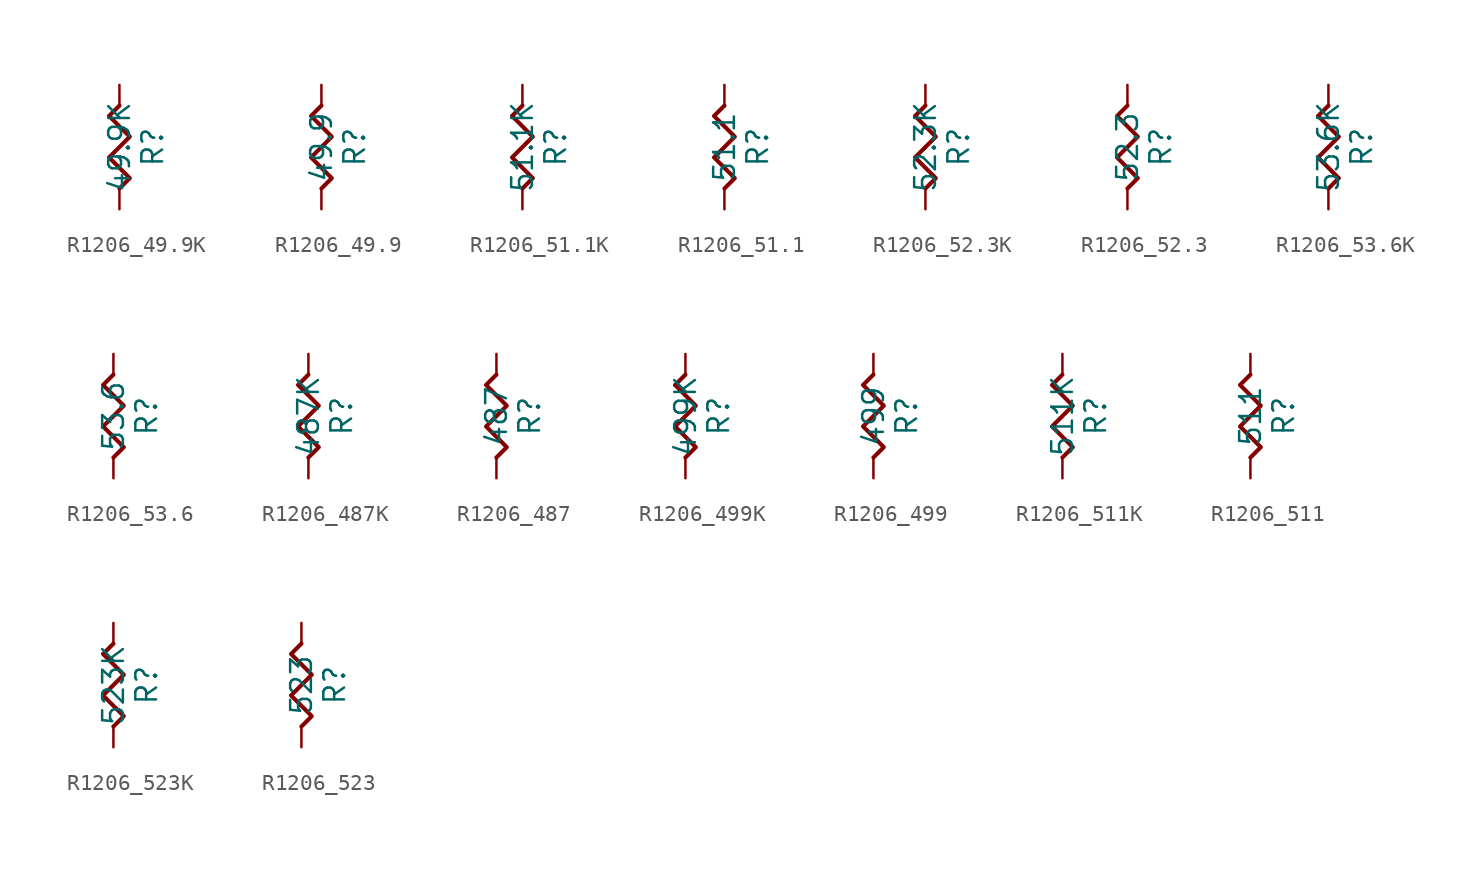
<source format=kicad_sym>
(kicad_symbol_lib
  (version 20211014)
  (generator atlantix-eda)
  (symbol "R1206_49.9K"
    (pin_numbers hide)
    (pin_names
      (offset 0))
    (property "Reference" "R"
      (at 2.032 0 90)
      (effects (font (size 1.27 1.27))))
    (property "Value" "49.9K"
      (at 0 0 90)
      (effects (font (size 1.27 1.27))))
    (symbol "R1206_49.9K_0_1"
      (polyline (pts (xy 0 -2.54) (xy 0.635 -1.905) (xy -0.635 -0.635) (xy 0.635 0.635) (xy -0.635 1.905) (xy 0 2.54)) (stroke (width 0.254) (type default) (color 0 0 0 0)) (fill (type none))))
    (symbol "R1206_49.9K_1_1"
      (pin passive line (at 0 3.81 270) (length 1.27) (name "~" (effects (font (size 1.27 1.27)))) (number "1" (effects (font (size 1.27 1.27)))))
      (pin passive line (at 0 -3.81 90) (length 1.27) (name "~" (effects (font (size 1.27 1.27)))) (number "2" (effects (font (size 1.27 1.27)))))))
  (symbol "R1206_49.9"
    (pin_numbers hide)
    (pin_names
      (offset 0))
    (property "Reference" "R"
      (at 2.032 0 90)
      (effects (font (size 1.27 1.27))))
    (property "Value" "49.9"
      (at 0 0 90)
      (effects (font (size 1.27 1.27))))
    (symbol "R1206_49.9_0_1"
      (polyline (pts (xy 0 -2.54) (xy 0.635 -1.905) (xy -0.635 -0.635) (xy 0.635 0.635) (xy -0.635 1.905) (xy 0 2.54)) (stroke (width 0.254) (type default) (color 0 0 0 0)) (fill (type none))))
    (symbol "R1206_49.9_1_1"
      (pin passive line (at 0 3.81 270) (length 1.27) (name "~" (effects (font (size 1.27 1.27)))) (number "1" (effects (font (size 1.27 1.27)))))
      (pin passive line (at 0 -3.81 90) (length 1.27) (name "~" (effects (font (size 1.27 1.27)))) (number "2" (effects (font (size 1.27 1.27)))))))
  (symbol "R1206_51.1K"
    (pin_numbers hide)
    (pin_names
      (offset 0))
    (property "Reference" "R"
      (at 2.032 0 90)
      (effects (font (size 1.27 1.27))))
    (property "Value" "51.1K"
      (at 0 0 90)
      (effects (font (size 1.27 1.27))))
    (symbol "R1206_51.1K_0_1"
      (polyline (pts (xy 0 -2.54) (xy 0.635 -1.905) (xy -0.635 -0.635) (xy 0.635 0.635) (xy -0.635 1.905) (xy 0 2.54)) (stroke (width 0.254) (type default) (color 0 0 0 0)) (fill (type none))))
    (symbol "R1206_51.1K_1_1"
      (pin passive line (at 0 3.81 270) (length 1.27) (name "~" (effects (font (size 1.27 1.27)))) (number "1" (effects (font (size 1.27 1.27)))))
      (pin passive line (at 0 -3.81 90) (length 1.27) (name "~" (effects (font (size 1.27 1.27)))) (number "2" (effects (font (size 1.27 1.27)))))))
  (symbol "R1206_51.1"
    (pin_numbers hide)
    (pin_names
      (offset 0))
    (property "Reference" "R"
      (at 2.032 0 90)
      (effects (font (size 1.27 1.27))))
    (property "Value" "51.1"
      (at 0 0 90)
      (effects (font (size 1.27 1.27))))
    (symbol "R1206_51.1_0_1"
      (polyline (pts (xy 0 -2.54) (xy 0.635 -1.905) (xy -0.635 -0.635) (xy 0.635 0.635) (xy -0.635 1.905) (xy 0 2.54)) (stroke (width 0.254) (type default) (color 0 0 0 0)) (fill (type none))))
    (symbol "R1206_51.1_1_1"
      (pin passive line (at 0 3.81 270) (length 1.27) (name "~" (effects (font (size 1.27 1.27)))) (number "1" (effects (font (size 1.27 1.27)))))
      (pin passive line (at 0 -3.81 90) (length 1.27) (name "~" (effects (font (size 1.27 1.27)))) (number "2" (effects (font (size 1.27 1.27)))))))
  (symbol "R1206_52.3K"
    (pin_numbers hide)
    (pin_names
      (offset 0))
    (property "Reference" "R"
      (at 2.032 0 90)
      (effects (font (size 1.27 1.27))))
    (property "Value" "52.3K"
      (at 0 0 90)
      (effects (font (size 1.27 1.27))))
    (symbol "R1206_52.3K_0_1"
      (polyline (pts (xy 0 -2.54) (xy 0.635 -1.905) (xy -0.635 -0.635) (xy 0.635 0.635) (xy -0.635 1.905) (xy 0 2.54)) (stroke (width 0.254) (type default) (color 0 0 0 0)) (fill (type none))))
    (symbol "R1206_52.3K_1_1"
      (pin passive line (at 0 3.81 270) (length 1.27) (name "~" (effects (font (size 1.27 1.27)))) (number "1" (effects (font (size 1.27 1.27)))))
      (pin passive line (at 0 -3.81 90) (length 1.27) (name "~" (effects (font (size 1.27 1.27)))) (number "2" (effects (font (size 1.27 1.27)))))))
  (symbol "R1206_52.3"
    (pin_numbers hide)
    (pin_names
      (offset 0))
    (property "Reference" "R"
      (at 2.032 0 90)
      (effects (font (size 1.27 1.27))))
    (property "Value" "52.3"
      (at 0 0 90)
      (effects (font (size 1.27 1.27))))
    (symbol "R1206_52.3_0_1"
      (polyline (pts (xy 0 -2.54) (xy 0.635 -1.905) (xy -0.635 -0.635) (xy 0.635 0.635) (xy -0.635 1.905) (xy 0 2.54)) (stroke (width 0.254) (type default) (color 0 0 0 0)) (fill (type none))))
    (symbol "R1206_52.3_1_1"
      (pin passive line (at 0 3.81 270) (length 1.27) (name "~" (effects (font (size 1.27 1.27)))) (number "1" (effects (font (size 1.27 1.27)))))
      (pin passive line (at 0 -3.81 90) (length 1.27) (name "~" (effects (font (size 1.27 1.27)))) (number "2" (effects (font (size 1.27 1.27)))))))
  (symbol "R1206_53.6K"
    (pin_numbers hide)
    (pin_names
      (offset 0))
    (property "Reference" "R"
      (at 2.032 0 90)
      (effects (font (size 1.27 1.27))))
    (property "Value" "53.6K"
      (at 0 0 90)
      (effects (font (size 1.27 1.27))))
    (symbol "R1206_53.6K_0_1"
      (polyline (pts (xy 0 -2.54) (xy 0.635 -1.905) (xy -0.635 -0.635) (xy 0.635 0.635) (xy -0.635 1.905) (xy 0 2.54)) (stroke (width 0.254) (type default) (color 0 0 0 0)) (fill (type none))))
    (symbol "R1206_53.6K_1_1"
      (pin passive line (at 0 3.81 270) (length 1.27) (name "~" (effects (font (size 1.27 1.27)))) (number "1" (effects (font (size 1.27 1.27)))))
      (pin passive line (at 0 -3.81 90) (length 1.27) (name "~" (effects (font (size 1.27 1.27)))) (number "2" (effects (font (size 1.27 1.27)))))))
  (symbol "R1206_53.6"
    (pin_numbers hide)
    (pin_names
      (offset 0))
    (property "Reference" "R"
      (at 2.032 0 90)
      (effects (font (size 1.27 1.27))))
    (property "Value" "53.6"
      (at 0 0 90)
      (effects (font (size 1.27 1.27))))
    (symbol "R1206_53.6_0_1"
      (polyline (pts (xy 0 -2.54) (xy 0.635 -1.905) (xy -0.635 -0.635) (xy 0.635 0.635) (xy -0.635 1.905) (xy 0 2.54)) (stroke (width 0.254) (type default) (color 0 0 0 0)) (fill (type none))))
    (symbol "R1206_53.6_1_1"
      (pin passive line (at 0 3.81 270) (length 1.27) (name "~" (effects (font (size 1.27 1.27)))) (number "1" (effects (font (size 1.27 1.27)))))
      (pin passive line (at 0 -3.81 90) (length 1.27) (name "~" (effects (font (size 1.27 1.27)))) (number "2" (effects (font (size 1.27 1.27)))))))
  (symbol "R1206_487K"
    (pin_numbers hide)
    (pin_names
      (offset 0))
    (property "Reference" "R"
      (at 2.032 0 90)
      (effects (font (size 1.27 1.27))))
    (property "Value" "487K"
      (at 0 0 90)
      (effects (font (size 1.27 1.27))))
    (symbol "R1206_487K_0_1"
      (polyline (pts (xy 0 -2.54) (xy 0.635 -1.905) (xy -0.635 -0.635) (xy 0.635 0.635) (xy -0.635 1.905) (xy 0 2.54)) (stroke (width 0.254) (type default) (color 0 0 0 0)) (fill (type none))))
    (symbol "R1206_487K_1_1"
      (pin passive line (at 0 3.81 270) (length 1.27) (name "~" (effects (font (size 1.27 1.27)))) (number "1" (effects (font (size 1.27 1.27)))))
      (pin passive line (at 0 -3.81 90) (length 1.27) (name "~" (effects (font (size 1.27 1.27)))) (number "2" (effects (font (size 1.27 1.27)))))))
  (symbol "R1206_487"
    (pin_numbers hide)
    (pin_names
      (offset 0))
    (property "Reference" "R"
      (at 2.032 0 90)
      (effects (font (size 1.27 1.27))))
    (property "Value" "487"
      (at 0 0 90)
      (effects (font (size 1.27 1.27))))
    (symbol "R1206_487_0_1"
      (polyline (pts (xy 0 -2.54) (xy 0.635 -1.905) (xy -0.635 -0.635) (xy 0.635 0.635) (xy -0.635 1.905) (xy 0 2.54)) (stroke (width 0.254) (type default) (color 0 0 0 0)) (fill (type none))))
    (symbol "R1206_487_1_1"
      (pin passive line (at 0 3.81 270) (length 1.27) (name "~" (effects (font (size 1.27 1.27)))) (number "1" (effects (font (size 1.27 1.27)))))
      (pin passive line (at 0 -3.81 90) (length 1.27) (name "~" (effects (font (size 1.27 1.27)))) (number "2" (effects (font (size 1.27 1.27)))))))
  (symbol "R1206_499K"
    (pin_numbers hide)
    (pin_names
      (offset 0))
    (property "Reference" "R"
      (at 2.032 0 90)
      (effects (font (size 1.27 1.27))))
    (property "Value" "499K"
      (at 0 0 90)
      (effects (font (size 1.27 1.27))))
    (symbol "R1206_499K_0_1"
      (polyline (pts (xy 0 -2.54) (xy 0.635 -1.905) (xy -0.635 -0.635) (xy 0.635 0.635) (xy -0.635 1.905) (xy 0 2.54)) (stroke (width 0.254) (type default) (color 0 0 0 0)) (fill (type none))))
    (symbol "R1206_499K_1_1"
      (pin passive line (at 0 3.81 270) (length 1.27) (name "~" (effects (font (size 1.27 1.27)))) (number "1" (effects (font (size 1.27 1.27)))))
      (pin passive line (at 0 -3.81 90) (length 1.27) (name "~" (effects (font (size 1.27 1.27)))) (number "2" (effects (font (size 1.27 1.27)))))))
  (symbol "R1206_499"
    (pin_numbers hide)
    (pin_names
      (offset 0))
    (property "Reference" "R"
      (at 2.032 0 90)
      (effects (font (size 1.27 1.27))))
    (property "Value" "499"
      (at 0 0 90)
      (effects (font (size 1.27 1.27))))
    (symbol "R1206_499_0_1"
      (polyline (pts (xy 0 -2.54) (xy 0.635 -1.905) (xy -0.635 -0.635) (xy 0.635 0.635) (xy -0.635 1.905) (xy 0 2.54)) (stroke (width 0.254) (type default) (color 0 0 0 0)) (fill (type none))))
    (symbol "R1206_499_1_1"
      (pin passive line (at 0 3.81 270) (length 1.27) (name "~" (effects (font (size 1.27 1.27)))) (number "1" (effects (font (size 1.27 1.27)))))
      (pin passive line (at 0 -3.81 90) (length 1.27) (name "~" (effects (font (size 1.27 1.27)))) (number "2" (effects (font (size 1.27 1.27)))))))
  (symbol "R1206_511K"
    (pin_numbers hide)
    (pin_names
      (offset 0))
    (property "Reference" "R"
      (at 2.032 0 90)
      (effects (font (size 1.27 1.27))))
    (property "Value" "511K"
      (at 0 0 90)
      (effects (font (size 1.27 1.27))))
    (symbol "R1206_511K_0_1"
      (polyline (pts (xy 0 -2.54) (xy 0.635 -1.905) (xy -0.635 -0.635) (xy 0.635 0.635) (xy -0.635 1.905) (xy 0 2.54)) (stroke (width 0.254) (type default) (color 0 0 0 0)) (fill (type none))))
    (symbol "R1206_511K_1_1"
      (pin passive line (at 0 3.81 270) (length 1.27) (name "~" (effects (font (size 1.27 1.27)))) (number "1" (effects (font (size 1.27 1.27)))))
      (pin passive line (at 0 -3.81 90) (length 1.27) (name "~" (effects (font (size 1.27 1.27)))) (number "2" (effects (font (size 1.27 1.27)))))))
  (symbol "R1206_511"
    (pin_numbers hide)
    (pin_names
      (offset 0))
    (property "Reference" "R"
      (at 2.032 0 90)
      (effects (font (size 1.27 1.27))))
    (property "Value" "511"
      (at 0 0 90)
      (effects (font (size 1.27 1.27))))
    (symbol "R1206_511_0_1"
      (polyline (pts (xy 0 -2.54) (xy 0.635 -1.905) (xy -0.635 -0.635) (xy 0.635 0.635) (xy -0.635 1.905) (xy 0 2.54)) (stroke (width 0.254) (type default) (color 0 0 0 0)) (fill (type none))))
    (symbol "R1206_511_1_1"
      (pin passive line (at 0 3.81 270) (length 1.27) (name "~" (effects (font (size 1.27 1.27)))) (number "1" (effects (font (size 1.27 1.27)))))
      (pin passive line (at 0 -3.81 90) (length 1.27) (name "~" (effects (font (size 1.27 1.27)))) (number "2" (effects (font (size 1.27 1.27)))))))
  (symbol "R1206_523K"
    (pin_numbers hide)
    (pin_names
      (offset 0))
    (property "Reference" "R"
      (at 2.032 0 90)
      (effects (font (size 1.27 1.27))))
    (property "Value" "523K"
      (at 0 0 90)
      (effects (font (size 1.27 1.27))))
    (symbol "R1206_523K_0_1"
      (polyline (pts (xy 0 -2.54) (xy 0.635 -1.905) (xy -0.635 -0.635) (xy 0.635 0.635) (xy -0.635 1.905) (xy 0 2.54)) (stroke (width 0.254) (type default) (color 0 0 0 0)) (fill (type none))))
    (symbol "R1206_523K_1_1"
      (pin passive line (at 0 3.81 270) (length 1.27) (name "~" (effects (font (size 1.27 1.27)))) (number "1" (effects (font (size 1.27 1.27)))))
      (pin passive line (at 0 -3.81 90) (length 1.27) (name "~" (effects (font (size 1.27 1.27)))) (number "2" (effects (font (size 1.27 1.27)))))))
  (symbol "R1206_523"
    (pin_numbers hide)
    (pin_names
      (offset 0))
    (property "Reference" "R"
      (at 2.032 0 90)
      (effects (font (size 1.27 1.27))))
    (property "Value" "523"
      (at 0 0 90)
      (effects (font (size 1.27 1.27))))
    (symbol "R1206_523_0_1"
      (polyline (pts (xy 0 -2.54) (xy 0.635 -1.905) (xy -0.635 -0.635) (xy 0.635 0.635) (xy -0.635 1.905) (xy 0 2.54)) (stroke (width 0.254) (type default) (color 0 0 0 0)) (fill (type none))))
    (symbol "R1206_523_1_1"
      (pin passive line (at 0 3.81 270) (length 1.27) (name "~" (effects (font (size 1.27 1.27)))) (number "1" (effects (font (size 1.27 1.27)))))
      (pin passive line (at 0 -3.81 90) (length 1.27) (name "~" (effects (font (size 1.27 1.27)))) (number "2" (effects (font (size 1.27 1.27))))))))
</source>
